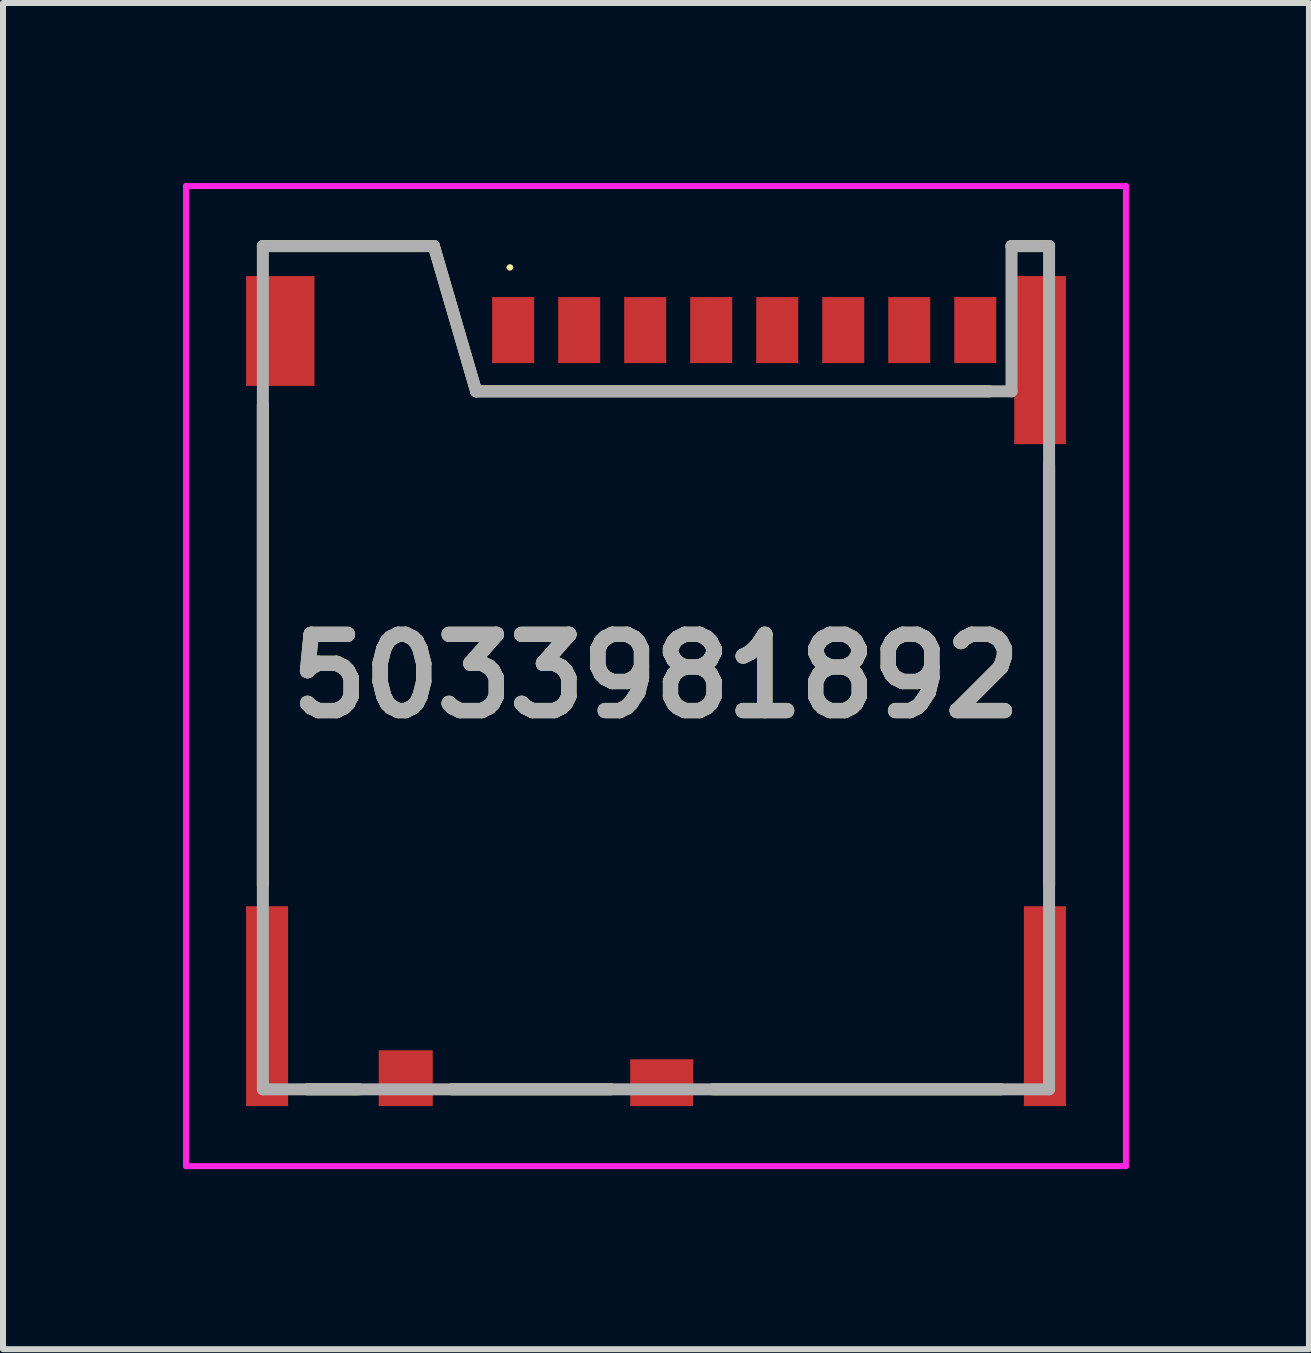
<source format=kicad_pcb>
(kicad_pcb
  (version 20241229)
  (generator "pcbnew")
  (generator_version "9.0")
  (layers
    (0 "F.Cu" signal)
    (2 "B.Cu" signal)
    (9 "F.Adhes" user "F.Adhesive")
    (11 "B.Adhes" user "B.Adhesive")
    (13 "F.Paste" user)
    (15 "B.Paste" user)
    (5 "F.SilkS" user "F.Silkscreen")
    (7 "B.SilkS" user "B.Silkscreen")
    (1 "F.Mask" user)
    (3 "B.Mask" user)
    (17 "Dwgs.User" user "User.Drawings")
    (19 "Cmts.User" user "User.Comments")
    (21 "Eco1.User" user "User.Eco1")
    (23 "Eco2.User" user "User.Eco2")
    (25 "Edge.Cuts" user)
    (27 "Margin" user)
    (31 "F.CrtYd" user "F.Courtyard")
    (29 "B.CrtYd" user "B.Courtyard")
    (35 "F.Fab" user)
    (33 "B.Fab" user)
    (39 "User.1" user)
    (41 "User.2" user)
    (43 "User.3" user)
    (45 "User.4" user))
  (footprint "5033981892"
    (layer "F.Cu")
    (at 1.33 1.05)
    (property "Reference" "5033981892" (at 6.55 7.165 0) (layer "F.SilkS") (effects (font (size 1.27 1.27) (thickness 0.254))))
    (attr smd)
    (fp_line (start 0 0) (end 2.849 0) (stroke (width 0.2) (type solid)) (layer "F.SilkS"))
    (fp_line (start 0 2.65) (end 0 10.648) (stroke (width 0.2) (type solid)) (layer "F.SilkS"))
    (fp_line (start 0.74 14.05) (end 1.6 14.05) (stroke (width 0.2) (type solid)) (layer "F.SilkS"))
    (fp_line (start 2.849 0) (end 3.554 2.42) (stroke (width 0.2) (type solid)) (layer "F.SilkS"))
    (fp_line (start 3.15 14.05) (end 5.8 14.05) (stroke (width 0.2) (type solid)) (layer "F.SilkS"))
    (fp_line (start 3.554 2.42) (end 12.109 2.42) (stroke (width 0.2) (type solid)) (layer "F.SilkS"))
    (fp_line (start 4.089 0.356) (end 4.089 0.356) (stroke (width 0.055) (type solid)) (layer "F.SilkS"))
    (fp_line (start 4.143 0.356) (end 4.143 0.356) (stroke (width 0.055) (type solid)) (layer "F.SilkS"))
    (fp_line (start 7.5 14.05) (end 12.3 14.05) (stroke (width 0.2) (type solid)) (layer "F.SilkS"))
    (fp_line (start 13.1 0) (end 12.474 0) (stroke (width 0.2) (type solid)) (layer "F.SilkS"))
    (fp_line (start 13.1 3.65) (end 13.1 10.65) (stroke (width 0.2) (type solid)) (layer "F.SilkS"))
    (fp_arc (start 4.089 0.356) (mid 4.116 0.329) (end 4.143 0.356) (stroke (width 0.05457) (type solid)) (layer "F.SilkS"))
    (fp_arc (start 4.143 0.356) (mid 4.116 0.383) (end 4.089 0.356) (stroke (width 0.05457) (type solid)) (layer "F.SilkS"))
    (fp_line (start -1.28 -1) (end 14.38 -1) (stroke (width 0.1) (type solid)) (layer "F.CrtYd"))
    (fp_line (start -1.28 15.33) (end -1.28 -1) (stroke (width 0.1) (type solid)) (layer "F.CrtYd"))
    (fp_line (start 14.38 -1) (end 14.38 15.33) (stroke (width 0.1) (type solid)) (layer "F.CrtYd"))
    (fp_line (start 14.38 15.33) (end -1.28 15.33) (stroke (width 0.1) (type solid)) (layer "F.CrtYd"))
    (fp_line (start 0 0) (end 0 14.05) (stroke (width 0.2) (type solid)) (layer "F.Fab"))
    (fp_line (start 0 0) (end 2.849 0) (stroke (width 0.2) (type solid)) (layer "F.Fab"))
    (fp_line (start 0 14.05) (end 13.1 14.05) (stroke (width 0.2) (type solid)) (layer "F.Fab"))
    (fp_line (start 2.849 0) (end 3.554 2.42) (stroke (width 0.2) (type solid)) (layer "F.Fab"))
    (fp_line (start 12.474 0) (end 12.474 2.42) (stroke (width 0.2) (type solid)) (layer "F.Fab"))
    (fp_line (start 12.474 2.42) (end 3.554 2.42) (stroke (width 0.2) (type solid)) (layer "F.Fab"))
    (fp_line (start 13.1 0) (end 12.474 0) (stroke (width 0.2) (type solid)) (layer "F.Fab"))
    (fp_line (start 13.1 14.05) (end 13.1 0) (stroke (width 0.2) (type solid)) (layer "F.Fab"))
    (fp_text user "${REFERENCE}" (at 6.55 7.165 0) (layer "F.Fab") (effects (font (size 1.27 1.27) (thickness 0.254))))
    (pad "1" smd rect (at 4.17 1.4) (size 0.7 1.1) (layers "F.Cu" "F.Mask" "F.Paste"))
    (pad "2" smd rect (at 5.27 1.4) (size 0.7 1.1) (layers "F.Cu" "F.Mask" "F.Paste"))
    (pad "3" smd rect (at 6.37 1.4) (size 0.7 1.1) (layers "F.Cu" "F.Mask" "F.Paste"))
    (pad "4" smd rect (at 7.47 1.4) (size 0.7 1.1) (layers "F.Cu" "F.Mask" "F.Paste"))
    (pad "5" smd rect (at 8.57 1.4) (size 0.7 1.1) (layers "F.Cu" "F.Mask" "F.Paste"))
    (pad "6" smd rect (at 9.67 1.4) (size 0.7 1.1) (layers "F.Cu" "F.Mask" "F.Paste"))
    (pad "7" smd rect (at 10.77 1.4) (size 0.7 1.1) (layers "F.Cu" "F.Mask" "F.Paste"))
    (pad "8" smd rect (at 11.87 1.4) (size 0.7 1.1) (layers "F.Cu" "F.Mask" "F.Paste"))
    (pad "9" smd rect (at 2.38 13.865) (size 0.9 0.93) (layers "F.Cu" "F.Mask" "F.Paste"))
    (pad "10" smd rect (at 6.645 13.94 90) (size 0.78 1.05) (layers "F.Cu" "F.Mask" "F.Paste"))
    (pad "11" smd rect (at 13.03 12.665) (size 0.7 3.33) (layers "F.Cu" "F.Mask" "F.Paste"))
    (pad "12" smd rect (at 12.95 1.9) (size 0.86 2.8) (layers "F.Cu" "F.Mask" "F.Paste"))
    (pad "13" smd rect (at 0.29 1.415) (size 1.14 1.83) (layers "F.Cu" "F.Mask" "F.Paste"))
    (pad "14" smd rect (at 0.07 12.665) (size 0.7 3.33) (layers "F.Cu" "F.Mask" "F.Paste")))
  (gr_rect
    (start -3 -3)
    (end 18.76 19.43)
    (stroke (width 0.1) (type default))
    (fill no)
    (layer "Edge.Cuts")))
</source>
